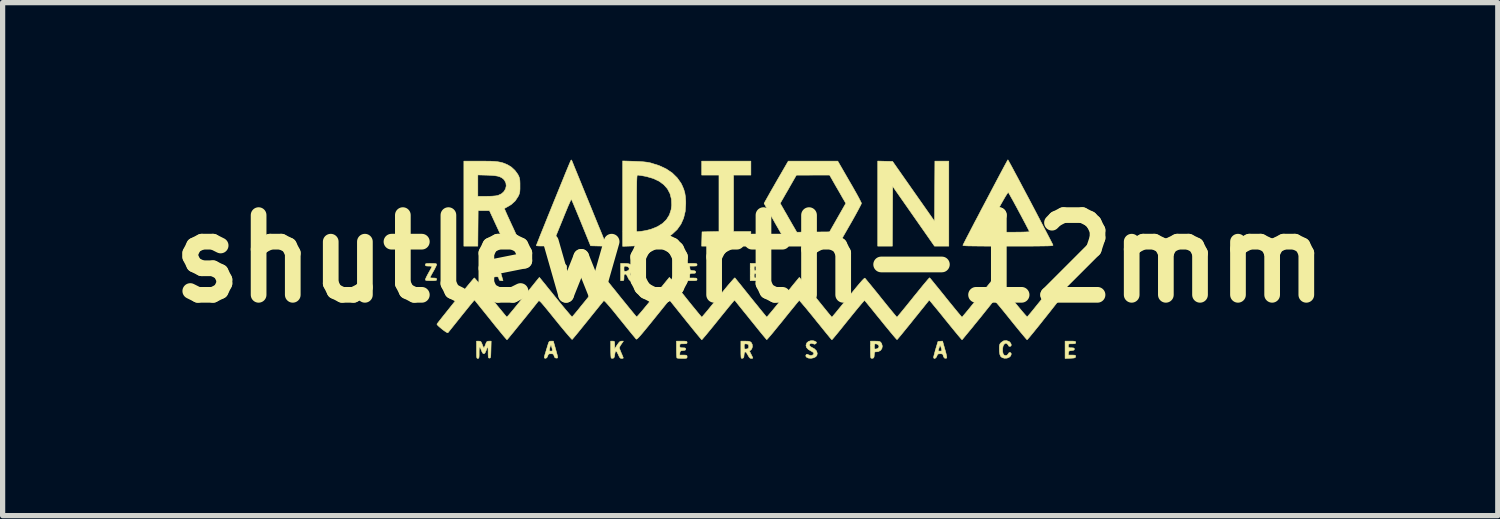
<source format=kicad_pcb>
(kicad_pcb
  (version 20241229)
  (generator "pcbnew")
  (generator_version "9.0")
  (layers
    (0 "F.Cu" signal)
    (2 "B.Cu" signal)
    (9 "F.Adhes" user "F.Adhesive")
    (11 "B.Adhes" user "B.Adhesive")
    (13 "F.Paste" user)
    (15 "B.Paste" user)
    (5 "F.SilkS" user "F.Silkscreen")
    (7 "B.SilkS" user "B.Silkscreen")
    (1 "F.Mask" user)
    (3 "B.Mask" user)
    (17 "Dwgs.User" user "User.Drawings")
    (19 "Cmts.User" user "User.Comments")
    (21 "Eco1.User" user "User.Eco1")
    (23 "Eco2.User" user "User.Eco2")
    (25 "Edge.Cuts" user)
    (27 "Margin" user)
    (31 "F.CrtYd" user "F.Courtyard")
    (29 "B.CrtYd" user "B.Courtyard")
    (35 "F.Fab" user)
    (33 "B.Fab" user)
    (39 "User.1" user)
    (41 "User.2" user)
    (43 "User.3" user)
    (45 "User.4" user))
  (footprint "shutleworth-12mm"
    (layer "F.Cu")
    (at 11.292 1.897)
    (property "Reference" "shutleworth-12mm" (at 0 0 0) (layer "F.SilkS") (effects (font (size 1.524 1.524) (thickness 0.3))))
    (attr through_hole)
    (fp_poly (pts (xy 0.013 -1.6) (xy -0.318 -1.6) (xy -0.318 -0.521) (xy 0.013 -0.521) (xy 0.013 -0.241) (xy -0.928 -0.241) (xy -0.921 -0.514) (xy -0.759 -0.518) (xy -0.597 -0.521) (xy -0.597 -1.6) (xy -0.927 -1.6) (xy -0.927 -1.867) (xy 0.013 -1.867) (xy 0.013 -1.6)) (stroke (width 0.01) (type solid)) (fill yes) (layer "F.SilkS"))
    (fp_poly (pts (xy 2.58 -1.864) (xy 2.722 -1.861) (xy 3.123 -1.289) (xy 3.524 -0.718) (xy 3.531 -1.867) (xy 3.797 -1.867) (xy 3.797 -0.241) (xy 3.524 -0.241) (xy 3.124 -0.813) (xy 2.724 -1.385) (xy 2.721 -0.813) (xy 2.718 -0.241) (xy 2.438 -0.241) (xy 2.438 -1.868) (xy 2.58 -1.864)) (stroke (width 0.01) (type solid)) (fill yes) (layer "F.SilkS"))
    (fp_poly (pts (xy -1.067 0.089) (xy -1.037 0.092) (xy -1.021 0.098) (xy -1.016 0.108) (xy -1.016 0.114) (xy -1.019 0.129) (xy -1.032 0.137) (xy -1.061 0.139) (xy -1.087 0.14) (xy -1.157 0.14) (xy -1.153 0.181) (xy -1.149 0.207) (xy -1.137 0.22) (xy -1.109 0.225) (xy -1.095 0.226) (xy -1.06 0.231) (xy -1.045 0.241) (xy -1.041 0.255) (xy -1.045 0.27) (xy -1.062 0.277) (xy -1.096 0.279) (xy -1.099 0.279) (xy -1.134 0.28) (xy -1.15 0.287) (xy -1.155 0.304) (xy -1.156 0.324) (xy -1.156 0.368) (xy -1.086 0.368) (xy -1.045 0.369) (xy -1.024 0.374) (xy -1.017 0.385) (xy -1.016 0.394) (xy -1.018 0.406) (xy -1.028 0.414) (xy -1.05 0.418) (xy -1.091 0.419) (xy -1.118 0.419) (xy -1.219 0.419) (xy -1.219 0.089) (xy -1.118 0.089) (xy -1.067 0.089)) (stroke (width 0.01) (type solid)) (fill yes) (layer "F.SilkS"))
    (fp_poly (pts (xy 1.21 1.568) (xy 1.232 1.575) (xy 1.262 1.591) (xy 1.268 1.606) (xy 1.253 1.624) (xy 1.252 1.625) (xy 1.23 1.634) (xy 1.207 1.626) (xy 1.175 1.618) (xy 1.155 1.619) (xy 1.134 1.635) (xy 1.133 1.657) (xy 1.151 1.679) (xy 1.17 1.69) (xy 1.23 1.723) (xy 1.268 1.763) (xy 1.282 1.807) (xy 1.275 1.847) (xy 1.252 1.874) (xy 1.214 1.893) (xy 1.167 1.903) (xy 1.12 1.9) (xy 1.105 1.896) (xy 1.072 1.878) (xy 1.062 1.856) (xy 1.067 1.841) (xy 1.077 1.827) (xy 1.092 1.826) (xy 1.119 1.838) (xy 1.153 1.85) (xy 1.183 1.846) (xy 1.189 1.843) (xy 1.214 1.824) (xy 1.215 1.802) (xy 1.192 1.78) (xy 1.172 1.769) (xy 1.112 1.734) (xy 1.077 1.696) (xy 1.066 1.655) (xy 1.081 1.612) (xy 1.086 1.604) (xy 1.117 1.579) (xy 1.162 1.566) (xy 1.21 1.568)) (stroke (width 0.01) (type solid)) (fill yes) (layer "F.SilkS"))
    (fp_poly (pts (xy 2.384 1.575) (xy 2.437 1.576) (xy 2.471 1.581) (xy 2.492 1.592) (xy 2.507 1.612) (xy 2.513 1.622) (xy 2.526 1.67) (xy 2.518 1.715) (xy 2.492 1.752) (xy 2.451 1.774) (xy 2.421 1.778) (xy 2.394 1.779) (xy 2.38 1.787) (xy 2.375 1.809) (xy 2.372 1.838) (xy 2.368 1.876) (xy 2.359 1.895) (xy 2.343 1.902) (xy 2.317 1.902) (xy 2.308 1.897) (xy 2.304 1.882) (xy 2.301 1.846) (xy 2.299 1.795) (xy 2.299 1.735) (xy 2.299 1.731) (xy 2.299 1.676) (xy 2.375 1.676) (xy 2.376 1.709) (xy 2.383 1.724) (xy 2.4 1.726) (xy 2.409 1.725) (xy 2.439 1.714) (xy 2.456 1.699) (xy 2.462 1.67) (xy 2.447 1.644) (xy 2.416 1.629) (xy 2.409 1.628) (xy 2.387 1.627) (xy 2.378 1.637) (xy 2.375 1.664) (xy 2.375 1.676) (xy 2.299 1.676) (xy 2.299 1.575) (xy 2.384 1.575)) (stroke (width 0.01) (type solid)) (fill yes) (layer "F.SilkS"))
    (fp_poly (pts (xy 6.172 1.575) (xy 6.202 1.578) (xy 6.218 1.583) (xy 6.223 1.594) (xy 6.223 1.6) (xy 6.22 1.615) (xy 6.207 1.623) (xy 6.178 1.625) (xy 6.153 1.626) (xy 6.113 1.626) (xy 6.092 1.63) (xy 6.085 1.642) (xy 6.083 1.663) (xy 6.083 1.664) (xy 6.085 1.687) (xy 6.095 1.698) (xy 6.119 1.702) (xy 6.14 1.702) (xy 6.176 1.704) (xy 6.193 1.711) (xy 6.198 1.726) (xy 6.198 1.726) (xy 6.193 1.743) (xy 6.174 1.751) (xy 6.144 1.755) (xy 6.109 1.759) (xy 6.093 1.769) (xy 6.087 1.79) (xy 6.086 1.8) (xy 6.082 1.841) (xy 6.153 1.841) (xy 6.194 1.842) (xy 6.215 1.846) (xy 6.221 1.856) (xy 6.221 1.87) (xy 6.217 1.885) (xy 6.206 1.893) (xy 6.183 1.898) (xy 6.143 1.901) (xy 6.118 1.902) (xy 6.02 1.906) (xy 6.02 1.575) (xy 6.121 1.575) (xy 6.172 1.575)) (stroke (width 0.01) (type solid)) (fill yes) (layer "F.SilkS"))
    (fp_poly (pts (xy -4.847 0.095) (xy -4.835 0.098) (xy -4.824 0.107) (xy -4.814 0.124) (xy -4.803 0.154) (xy -4.789 0.199) (xy -4.771 0.262) (xy -4.752 0.327) (xy -4.726 0.419) (xy -4.762 0.419) (xy -4.788 0.415) (xy -4.801 0.396) (xy -4.805 0.38) (xy -4.812 0.356) (xy -4.825 0.346) (xy -4.852 0.344) (xy -4.867 0.345) (xy -4.902 0.35) (xy -4.92 0.361) (xy -4.928 0.381) (xy -4.943 0.408) (xy -4.968 0.417) (xy -5.001 0.421) (xy -4.958 0.274) (xy -4.898 0.274) (xy -4.896 0.288) (xy -4.872 0.292) (xy -4.87 0.292) (xy -4.849 0.291) (xy -4.84 0.281) (xy -4.841 0.257) (xy -4.844 0.238) (xy -4.853 0.195) (xy -4.863 0.175) (xy -4.873 0.18) (xy -4.882 0.209) (xy -4.882 0.21) (xy -4.89 0.245) (xy -4.897 0.272) (xy -4.898 0.274) (xy -4.958 0.274) (xy -4.953 0.258) (xy -4.905 0.095) (xy -4.863 0.095) (xy -4.847 0.095)) (stroke (width 0.01) (type solid)) (fill yes) (layer "F.SilkS"))
    (fp_poly (pts (xy 4.945 1.58) (xy 4.958 1.588) (xy 4.981 1.615) (xy 4.991 1.644) (xy 4.987 1.666) (xy 4.968 1.676) (xy 4.966 1.676) (xy 4.945 1.671) (xy 4.94 1.665) (xy 4.931 1.646) (xy 4.911 1.625) (xy 4.891 1.613) (xy 4.889 1.613) (xy 4.872 1.621) (xy 4.851 1.638) (xy 4.835 1.669) (xy 4.826 1.716) (xy 4.826 1.77) (xy 4.834 1.813) (xy 4.852 1.84) (xy 4.88 1.851) (xy 4.909 1.845) (xy 4.931 1.822) (xy 4.934 1.815) (xy 4.95 1.794) (xy 4.971 1.791) (xy 4.987 1.805) (xy 4.991 1.822) (xy 4.98 1.857) (xy 4.95 1.884) (xy 4.909 1.9) (xy 4.862 1.902) (xy 4.818 1.89) (xy 4.79 1.868) (xy 4.773 1.83) (xy 4.764 1.774) (xy 4.763 1.726) (xy 4.763 1.677) (xy 4.768 1.646) (xy 4.778 1.623) (xy 4.797 1.602) (xy 4.8 1.599) (xy 4.845 1.569) (xy 4.896 1.563) (xy 4.945 1.58)) (stroke (width 0.01) (type solid)) (fill yes) (layer "F.SilkS"))
    (fp_poly (pts (xy -2.343 0.091) (xy -2.308 0.1) (xy -2.281 0.115) (xy -2.255 0.151) (xy -2.248 0.195) (xy -2.263 0.241) (xy -2.274 0.258) (xy -2.3 0.291) (xy -2.267 0.355) (xy -2.235 0.419) (xy -2.273 0.419) (xy -2.296 0.416) (xy -2.313 0.404) (xy -2.329 0.376) (xy -2.338 0.356) (xy -2.36 0.313) (xy -2.381 0.294) (xy -2.389 0.292) (xy -2.404 0.296) (xy -2.411 0.312) (xy -2.413 0.345) (xy -2.413 0.356) (xy -2.414 0.393) (xy -2.419 0.412) (xy -2.432 0.418) (xy -2.445 0.419) (xy -2.477 0.419) (xy -2.477 0.191) (xy -2.413 0.191) (xy -2.412 0.224) (xy -2.405 0.238) (xy -2.386 0.24) (xy -2.373 0.239) (xy -2.34 0.229) (xy -2.319 0.213) (xy -2.313 0.184) (xy -2.328 0.159) (xy -2.361 0.144) (xy -2.373 0.142) (xy -2.398 0.141) (xy -2.41 0.149) (xy -2.413 0.173) (xy -2.413 0.191) (xy -2.477 0.191) (xy -2.477 0.089) (xy -2.396 0.089) (xy -2.343 0.091)) (stroke (width 0.01) (type solid)) (fill yes) (layer "F.SilkS"))
    (fp_poly (pts (xy 3.723 1.734) (xy 3.742 1.802) (xy 3.753 1.849) (xy 3.758 1.879) (xy 3.757 1.895) (xy 3.751 1.901) (xy 3.721 1.902) (xy 3.7 1.88) (xy 3.691 1.855) (xy 3.684 1.83) (xy 3.669 1.819) (xy 3.638 1.816) (xy 3.634 1.816) (xy 3.6 1.818) (xy 3.582 1.83) (xy 3.57 1.856) (xy 3.569 1.861) (xy 3.553 1.889) (xy 3.534 1.904) (xy 3.516 1.906) (xy 3.506 1.891) (xy 3.506 1.883) (xy 3.51 1.862) (xy 3.52 1.823) (xy 3.534 1.771) (xy 3.536 1.762) (xy 3.594 1.762) (xy 3.605 1.764) (xy 3.631 1.765) (xy 3.655 1.764) (xy 3.663 1.755) (xy 3.659 1.732) (xy 3.655 1.718) (xy 3.643 1.677) (xy 3.633 1.66) (xy 3.624 1.667) (xy 3.613 1.697) (xy 3.611 1.703) (xy 3.601 1.737) (xy 3.595 1.758) (xy 3.594 1.762) (xy 3.536 1.762) (xy 3.548 1.721) (xy 3.59 1.581) (xy 3.634 1.577) (xy 3.678 1.574) (xy 3.723 1.734)) (stroke (width 0.01) (type solid)) (fill yes) (layer "F.SilkS"))
    (fp_poly (pts (xy -2.607 1.576) (xy -2.596 1.583) (xy -2.592 1.603) (xy -2.591 1.641) (xy -2.591 1.648) (xy -2.591 1.721) (xy -2.543 1.648) (xy -2.515 1.608) (xy -2.493 1.585) (xy -2.472 1.576) (xy -2.46 1.575) (xy -2.424 1.575) (xy -2.463 1.631) (xy -2.485 1.665) (xy -2.499 1.692) (xy -2.502 1.702) (xy -2.497 1.72) (xy -2.484 1.754) (xy -2.466 1.798) (xy -2.464 1.803) (xy -2.445 1.846) (xy -2.432 1.879) (xy -2.426 1.897) (xy -2.426 1.898) (xy -2.437 1.903) (xy -2.458 1.905) (xy -2.478 1.902) (xy -2.494 1.888) (xy -2.51 1.859) (xy -2.524 1.828) (xy -2.546 1.785) (xy -2.563 1.766) (xy -2.575 1.772) (xy -2.585 1.803) (xy -2.59 1.838) (xy -2.597 1.877) (xy -2.608 1.896) (xy -2.623 1.902) (xy -2.648 1.902) (xy -2.658 1.897) (xy -2.661 1.882) (xy -2.664 1.846) (xy -2.666 1.795) (xy -2.667 1.735) (xy -2.667 1.731) (xy -2.667 1.575) (xy -2.629 1.575) (xy -2.607 1.576)) (stroke (width 0.01) (type solid)) (fill yes) (layer "F.SilkS"))
    (fp_poly (pts (xy -6.049 0.09) (xy -6.016 0.092) (xy -6 0.098) (xy -5.995 0.107) (xy -5.994 0.11) (xy -6 0.129) (xy -6.017 0.164) (xy -6.04 0.21) (xy -6.058 0.241) (xy -6.085 0.289) (xy -6.106 0.328) (xy -6.119 0.353) (xy -6.121 0.36) (xy -6.11 0.365) (xy -6.081 0.368) (xy -6.058 0.368) (xy -6.02 0.37) (xy -6.001 0.375) (xy -5.995 0.388) (xy -5.994 0.394) (xy -5.996 0.406) (xy -6.006 0.414) (xy -6.027 0.417) (xy -6.066 0.419) (xy -6.102 0.419) (xy -6.156 0.418) (xy -6.188 0.416) (xy -6.205 0.41) (xy -6.21 0.401) (xy -6.21 0.398) (xy -6.204 0.379) (xy -6.188 0.344) (xy -6.164 0.298) (xy -6.147 0.267) (xy -6.12 0.219) (xy -6.099 0.18) (xy -6.086 0.155) (xy -6.083 0.148) (xy -6.095 0.143) (xy -6.124 0.14) (xy -6.147 0.14) (xy -6.185 0.138) (xy -6.204 0.133) (xy -6.21 0.12) (xy -6.21 0.114) (xy -6.208 0.102) (xy -6.199 0.094) (xy -6.177 0.09) (xy -6.138 0.089) (xy -6.102 0.089) (xy -6.049 0.09)) (stroke (width 0.01) (type solid)) (fill yes) (layer "F.SilkS"))
    (fp_poly (pts (xy -3.578 0.092) (xy -3.54 0.106) (xy -3.513 0.131) (xy -3.505 0.159) (xy -3.513 0.184) (xy -3.532 0.19) (xy -3.555 0.178) (xy -3.566 0.165) (xy -3.591 0.145) (xy -3.622 0.141) (xy -3.65 0.154) (xy -3.657 0.164) (xy -3.666 0.196) (xy -3.67 0.242) (xy -3.668 0.29) (xy -3.662 0.33) (xy -3.657 0.344) (xy -3.635 0.364) (xy -3.606 0.367) (xy -3.579 0.353) (xy -3.56 0.328) (xy -3.556 0.307) (xy -3.567 0.295) (xy -3.584 0.29) (xy -3.609 0.278) (xy -3.617 0.264) (xy -3.616 0.25) (xy -3.602 0.244) (xy -3.571 0.241) (xy -3.555 0.241) (xy -3.489 0.241) (xy -3.497 0.308) (xy -3.509 0.364) (xy -3.534 0.398) (xy -3.574 0.416) (xy -3.615 0.419) (xy -3.66 0.414) (xy -3.692 0.397) (xy -3.703 0.388) (xy -3.718 0.37) (xy -3.728 0.349) (xy -3.732 0.319) (xy -3.734 0.272) (xy -3.734 0.254) (xy -3.733 0.201) (xy -3.73 0.167) (xy -3.722 0.144) (xy -3.708 0.126) (xy -3.703 0.12) (xy -3.666 0.097) (xy -3.623 0.088) (xy -3.578 0.092)) (stroke (width 0.01) (type solid)) (fill yes) (layer "F.SilkS"))
    (fp_poly (pts (xy -1.257 1.575) (xy -1.227 1.578) (xy -1.212 1.583) (xy -1.207 1.594) (xy -1.206 1.6) (xy -1.21 1.615) (xy -1.223 1.623) (xy -1.252 1.625) (xy -1.276 1.626) (xy -1.316 1.626) (xy -1.337 1.63) (xy -1.345 1.642) (xy -1.346 1.663) (xy -1.346 1.664) (xy -1.345 1.687) (xy -1.335 1.698) (xy -1.311 1.702) (xy -1.289 1.702) (xy -1.253 1.704) (xy -1.236 1.711) (xy -1.232 1.726) (xy -1.232 1.726) (xy -1.237 1.743) (xy -1.256 1.751) (xy -1.286 1.755) (xy -1.32 1.759) (xy -1.336 1.769) (xy -1.343 1.79) (xy -1.344 1.8) (xy -1.348 1.841) (xy -1.277 1.841) (xy -1.237 1.842) (xy -1.216 1.847) (xy -1.208 1.857) (xy -1.206 1.873) (xy -1.208 1.89) (xy -1.215 1.899) (xy -1.234 1.904) (xy -1.269 1.905) (xy -1.3 1.905) (xy -1.346 1.904) (xy -1.382 1.901) (xy -1.401 1.897) (xy -1.401 1.897) (xy -1.404 1.881) (xy -1.407 1.846) (xy -1.409 1.795) (xy -1.41 1.735) (xy -1.41 1.731) (xy -1.41 1.575) (xy -1.308 1.575) (xy -1.257 1.575)) (stroke (width 0.01) (type solid)) (fill yes) (layer "F.SilkS"))
    (fp_poly (pts (xy -3.721 1.724) (xy -3.702 1.793) (xy -3.689 1.84) (xy -3.682 1.871) (xy -3.681 1.889) (xy -3.686 1.897) (xy -3.695 1.899) (xy -3.708 1.899) (xy -3.731 1.893) (xy -3.745 1.87) (xy -3.749 1.857) (xy -3.759 1.831) (xy -3.774 1.819) (xy -3.805 1.816) (xy -3.81 1.816) (xy -3.843 1.818) (xy -3.86 1.829) (xy -3.87 1.854) (xy -3.871 1.857) (xy -3.887 1.891) (xy -3.909 1.903) (xy -3.932 1.899) (xy -3.937 1.889) (xy -3.933 1.864) (xy -3.925 1.834) (xy -3.916 1.805) (xy -3.902 1.76) (xy -3.897 1.743) (xy -3.839 1.743) (xy -3.838 1.76) (xy -3.826 1.765) (xy -3.81 1.765) (xy -3.789 1.764) (xy -3.781 1.756) (xy -3.783 1.735) (xy -3.789 1.708) (xy -3.798 1.674) (xy -3.807 1.654) (xy -3.81 1.651) (xy -3.818 1.662) (xy -3.827 1.69) (xy -3.831 1.708) (xy -3.839 1.743) (xy -3.897 1.743) (xy -3.886 1.707) (xy -3.88 1.686) (xy -3.864 1.634) (xy -3.853 1.601) (xy -3.842 1.583) (xy -3.829 1.576) (xy -3.81 1.575) (xy -3.805 1.575) (xy -3.763 1.575) (xy -3.721 1.724)) (stroke (width 0.01) (type solid)) (fill yes) (layer "F.SilkS"))
    (fp_poly (pts (xy 0.153 0.093) (xy 0.197 0.107) (xy 0.222 0.132) (xy 0.229 0.163) (xy 0.222 0.2) (xy 0.21 0.224) (xy 0.198 0.246) (xy 0.202 0.26) (xy 0.21 0.267) (xy 0.223 0.29) (xy 0.229 0.326) (xy 0.229 0.331) (xy 0.223 0.371) (xy 0.203 0.397) (xy 0.167 0.413) (xy 0.11 0.419) (xy 0.086 0.419) (xy 0 0.419) (xy 0 0.324) (xy 0.076 0.324) (xy 0.076 0.325) (xy 0.078 0.355) (xy 0.087 0.366) (xy 0.11 0.366) (xy 0.11 0.366) (xy 0.14 0.356) (xy 0.156 0.341) (xy 0.164 0.311) (xy 0.151 0.289) (xy 0.118 0.279) (xy 0.115 0.279) (xy 0.089 0.282) (xy 0.078 0.294) (xy 0.076 0.324) (xy 0 0.324) (xy 0 0.183) (xy 0.076 0.183) (xy 0.076 0.183) (xy 0.079 0.214) (xy 0.089 0.226) (xy 0.106 0.229) (xy 0.137 0.221) (xy 0.153 0.208) (xy 0.162 0.183) (xy 0.15 0.159) (xy 0.12 0.144) (xy 0.11 0.142) (xy 0.087 0.142) (xy 0.078 0.153) (xy 0.076 0.183) (xy 0 0.183) (xy 0 0.089) (xy 0.086 0.089) (xy 0.153 0.093)) (stroke (width 0.01) (type solid)) (fill yes) (layer "F.SilkS"))
    (fp_poly (pts (xy -0.041 1.576) (xy -0.01 1.582) (xy 0.011 1.593) (xy 0.02 1.601) (xy 0.039 1.638) (xy 0.043 1.682) (xy 0.03 1.722) (xy 0.015 1.741) (xy -0.014 1.764) (xy 0.018 1.828) (xy 0.036 1.864) (xy 0.048 1.89) (xy 0.051 1.898) (xy 0.04 1.903) (xy 0.019 1.905) (xy -0.002 1.9) (xy -0.021 1.881) (xy -0.043 1.844) (xy -0.044 1.841) (xy -0.07 1.798) (xy -0.09 1.78) (xy -0.105 1.786) (xy -0.115 1.817) (xy -0.117 1.838) (xy -0.121 1.876) (xy -0.129 1.895) (xy -0.146 1.902) (xy -0.149 1.903) (xy -0.161 1.904) (xy -0.169 1.9) (xy -0.174 1.887) (xy -0.176 1.862) (xy -0.178 1.82) (xy -0.178 1.758) (xy -0.178 1.741) (xy -0.178 1.676) (xy -0.114 1.676) (xy -0.112 1.709) (xy -0.104 1.724) (xy -0.086 1.727) (xy -0.086 1.727) (xy -0.055 1.722) (xy -0.04 1.716) (xy -0.029 1.696) (xy -0.028 1.669) (xy -0.035 1.642) (xy -0.053 1.631) (xy -0.073 1.628) (xy -0.099 1.627) (xy -0.111 1.635) (xy -0.114 1.659) (xy -0.114 1.676) (xy -0.178 1.676) (xy -0.178 1.575) (xy -0.091 1.575) (xy -0.041 1.576)) (stroke (width 0.01) (type solid)) (fill yes) (layer "F.SilkS"))
    (fp_poly (pts (xy -5.163 1.577) (xy -5.147 1.587) (xy -5.134 1.611) (xy -5.123 1.638) (xy -5.109 1.674) (xy -5.097 1.697) (xy -5.091 1.702) (xy -5.083 1.691) (xy -5.069 1.663) (xy -5.06 1.638) (xy -5.045 1.601) (xy -5.031 1.582) (xy -5.013 1.576) (xy -4.995 1.575) (xy -4.952 1.575) (xy -4.956 1.737) (xy -4.958 1.803) (xy -4.96 1.849) (xy -4.963 1.877) (xy -4.968 1.892) (xy -4.976 1.898) (xy -4.985 1.899) (xy -4.997 1.897) (xy -5.005 1.887) (xy -5.008 1.866) (xy -5.01 1.828) (xy -5.01 1.789) (xy -5.011 1.74) (xy -5.013 1.704) (xy -5.017 1.685) (xy -5.019 1.684) (xy -5.027 1.698) (xy -5.04 1.729) (xy -5.048 1.753) (xy -5.068 1.797) (xy -5.087 1.816) (xy -5.108 1.81) (xy -5.128 1.778) (xy -5.137 1.756) (xy -5.155 1.711) (xy -5.167 1.69) (xy -5.175 1.692) (xy -5.18 1.718) (xy -5.182 1.768) (xy -5.182 1.788) (xy -5.182 1.843) (xy -5.184 1.878) (xy -5.188 1.896) (xy -5.196 1.904) (xy -5.207 1.905) (xy -5.217 1.904) (xy -5.224 1.897) (xy -5.229 1.88) (xy -5.231 1.85) (xy -5.232 1.803) (xy -5.232 1.74) (xy -5.232 1.575) (xy -5.189 1.575) (xy -5.163 1.577)) (stroke (width 0.01) (type solid)) (fill yes) (layer "F.SilkS"))
    (fp_poly (pts (xy 1.9 -1.476) (xy 1.953 -1.385) (xy 2.001 -1.3) (xy 2.044 -1.224) (xy 2.079 -1.159) (xy 2.105 -1.108) (xy 2.122 -1.074) (xy 2.127 -1.06) (xy 2.121 -1.044) (xy 2.103 -1.008) (xy 2.076 -0.956) (xy 2.04 -0.889) (xy 1.997 -0.811) (xy 1.949 -0.725) (xy 1.899 -0.638) (xy 1.671 -0.241) (xy 1.201 -0.241) (xy 0.73 -0.242) (xy 0.498 -0.646) (xy 0.446 -0.738) (xy 0.397 -0.824) (xy 0.354 -0.9) (xy 0.318 -0.964) (xy 0.291 -1.013) (xy 0.273 -1.046) (xy 0.267 -1.059) (xy 0.574 -1.059) (xy 0.632 -0.958) (xy 0.659 -0.91) (xy 0.696 -0.847) (xy 0.736 -0.776) (xy 0.777 -0.705) (xy 0.79 -0.682) (xy 0.891 -0.508) (xy 1.204 -0.511) (xy 1.517 -0.514) (xy 1.828 -1.06) (xy 1.806 -1.098) (xy 1.793 -1.121) (xy 1.769 -1.161) (xy 1.738 -1.216) (xy 1.701 -1.281) (xy 1.66 -1.352) (xy 1.65 -1.368) (xy 1.518 -1.6) (xy 0.883 -1.599) (xy 0.762 -1.388) (xy 0.722 -1.317) (xy 0.683 -1.25) (xy 0.649 -1.191) (xy 0.623 -1.145) (xy 0.607 -1.118) (xy 0.574 -1.059) (xy 0.267 -1.059) (xy 0.267 -1.059) (xy 0.267 -1.059) (xy 0.273 -1.072) (xy 0.29 -1.104) (xy 0.318 -1.153) (xy 0.354 -1.217) (xy 0.396 -1.292) (xy 0.445 -1.377) (xy 0.497 -1.468) (xy 0.728 -1.867) (xy 1.674 -1.867) (xy 1.9 -1.476)) (stroke (width 0.01) (type solid)) (fill yes) (layer "F.SilkS"))
    (fp_poly (pts (xy -2.219 -1.863) (xy -2.117 -1.859) (xy -2.035 -1.853) (xy -1.968 -1.845) (xy -1.91 -1.834) (xy -1.896 -1.83) (xy -1.741 -1.781) (xy -1.606 -1.718) (xy -1.491 -1.641) (xy -1.397 -1.549) (xy -1.323 -1.445) (xy -1.303 -1.405) (xy -1.271 -1.331) (xy -1.25 -1.26) (xy -1.238 -1.184) (xy -1.232 -1.096) (xy -1.232 -1.05) (xy -1.242 -0.906) (xy -1.273 -0.777) (xy -1.324 -0.662) (xy -1.396 -0.56) (xy -1.49 -0.472) (xy -1.542 -0.434) (xy -1.646 -0.372) (xy -1.755 -0.324) (xy -1.873 -0.289) (xy -2.004 -0.264) (xy -2.154 -0.249) (xy -2.232 -0.245) (xy -2.438 -0.238) (xy -2.438 -1.059) (xy -2.172 -1.059) (xy -2.172 -0.517) (xy -2.083 -0.525) (xy -2.025 -0.534) (xy -1.958 -0.548) (xy -1.896 -0.565) (xy -1.895 -0.565) (xy -1.775 -0.613) (xy -1.677 -0.674) (xy -1.6 -0.749) (xy -1.545 -0.837) (xy -1.512 -0.938) (xy -1.501 -1.024) (xy -1.506 -1.14) (xy -1.533 -1.245) (xy -1.582 -1.338) (xy -1.652 -1.417) (xy -1.742 -1.483) (xy -1.853 -1.535) (xy -1.984 -1.573) (xy -2.026 -1.581) (xy -2.077 -1.59) (xy -2.121 -1.596) (xy -2.149 -1.6) (xy -2.154 -1.6) (xy -2.159 -1.597) (xy -2.162 -1.584) (xy -2.165 -1.562) (xy -2.167 -1.526) (xy -2.169 -1.476) (xy -2.17 -1.409) (xy -2.171 -1.324) (xy -2.172 -1.217) (xy -2.172 -1.087) (xy -2.172 -1.059) (xy -2.438 -1.059) (xy -2.438 -1.87) (xy -2.219 -1.863)) (stroke (width 0.01) (type solid)) (fill yes) (layer "F.SilkS"))
    (fp_poly (pts (xy -3.412 -1.881) (xy -3.406 -1.867) (xy -3.399 -1.85) (xy -3.383 -1.811) (xy -3.36 -1.753) (xy -3.329 -1.678) (xy -3.292 -1.588) (xy -3.25 -1.485) (xy -3.204 -1.372) (xy -3.154 -1.249) (xy -3.101 -1.12) (xy -3.095 -1.105) (xy -3.041 -0.974) (xy -2.99 -0.848) (xy -2.942 -0.73) (xy -2.898 -0.622) (xy -2.858 -0.526) (xy -2.825 -0.445) (xy -2.799 -0.38) (xy -2.78 -0.333) (xy -2.77 -0.308) (xy -2.77 -0.308) (xy -2.743 -0.241) (xy -2.897 -0.244) (xy -3.051 -0.248) (xy -3.23 -0.688) (xy -3.271 -0.788) (xy -3.309 -0.88) (xy -3.343 -0.962) (xy -3.372 -1.031) (xy -3.395 -1.085) (xy -3.411 -1.121) (xy -3.418 -1.136) (xy -3.418 -1.136) (xy -3.425 -1.128) (xy -3.44 -1.099) (xy -3.46 -1.053) (xy -3.486 -0.995) (xy -3.512 -0.931) (xy -3.548 -0.845) (xy -3.588 -0.745) (xy -3.631 -0.64) (xy -3.672 -0.54) (xy -3.695 -0.483) (xy -3.791 -0.248) (xy -3.94 -0.244) (xy -4 -0.244) (xy -4.048 -0.245) (xy -4.079 -0.248) (xy -4.089 -0.252) (xy -4.085 -0.265) (xy -4.071 -0.3) (xy -4.05 -0.353) (xy -4.023 -0.423) (xy -3.989 -0.507) (xy -3.95 -0.603) (xy -3.908 -0.708) (xy -3.863 -0.82) (xy -3.815 -0.938) (xy -3.767 -1.057) (xy -3.718 -1.177) (xy -3.67 -1.295) (xy -3.624 -1.408) (xy -3.58 -1.515) (xy -3.541 -1.612) (xy -3.506 -1.697) (xy -3.476 -1.769) (xy -3.453 -1.824) (xy -3.437 -1.861) (xy -3.43 -1.877) (xy -3.42 -1.89) (xy -3.412 -1.881)) (stroke (width 0.01) (type solid)) (fill yes) (layer "F.SilkS"))
    (fp_poly (pts (xy -5.053 -1.866) (xy -4.962 -1.865) (xy -4.888 -1.861) (xy -4.828 -1.855) (xy -4.777 -1.846) (xy -4.73 -1.834) (xy -4.685 -1.817) (xy -4.639 -1.797) (xy -4.565 -1.752) (xy -4.497 -1.688) (xy -4.443 -1.615) (xy -4.432 -1.594) (xy -4.417 -1.561) (xy -4.408 -1.529) (xy -4.403 -1.491) (xy -4.401 -1.439) (xy -4.401 -1.397) (xy -4.401 -1.334) (xy -4.404 -1.289) (xy -4.41 -1.255) (xy -4.421 -1.223) (xy -4.436 -1.192) (xy -4.491 -1.108) (xy -4.567 -1.038) (xy -4.635 -0.997) (xy -4.67 -0.978) (xy -4.693 -0.964) (xy -4.699 -0.958) (xy -4.694 -0.945) (xy -4.679 -0.912) (xy -4.657 -0.861) (xy -4.628 -0.797) (xy -4.593 -0.721) (xy -4.554 -0.636) (xy -4.54 -0.607) (xy -4.5 -0.52) (xy -4.464 -0.44) (xy -4.433 -0.371) (xy -4.408 -0.314) (xy -4.39 -0.275) (xy -4.382 -0.254) (xy -4.381 -0.252) (xy -4.393 -0.248) (xy -4.426 -0.245) (xy -4.473 -0.244) (xy -4.528 -0.244) (xy -4.674 -0.248) (xy -4.985 -0.921) (xy -5.201 -0.921) (xy -5.204 -0.581) (xy -5.207 -0.241) (xy -5.474 -0.241) (xy -5.474 -1.194) (xy -5.207 -1.194) (xy -5.044 -1.194) (xy -4.941 -1.196) (xy -4.863 -1.203) (xy -4.817 -1.213) (xy -4.755 -1.242) (xy -4.708 -1.285) (xy -4.677 -1.337) (xy -4.664 -1.393) (xy -4.671 -1.45) (xy -4.698 -1.502) (xy -4.715 -1.522) (xy -4.748 -1.548) (xy -4.786 -1.567) (xy -4.833 -1.581) (xy -4.894 -1.59) (xy -4.974 -1.596) (xy -5.026 -1.598) (xy -5.207 -1.603) (xy -5.207 -1.194) (xy -5.474 -1.194) (xy -5.474 -1.867) (xy -5.165 -1.867) (xy -5.053 -1.866)) (stroke (width 0.01) (type solid)) (fill yes) (layer "F.SilkS"))
    (fp_poly (pts (xy 4.934 -1.881) (xy 4.951 -1.85) (xy 4.978 -1.801) (xy 5.014 -1.735) (xy 5.056 -1.656) (xy 5.105 -1.565) (xy 5.159 -1.464) (xy 5.216 -1.356) (xy 5.276 -1.243) (xy 5.338 -1.127) (xy 5.4 -1.009) (xy 5.461 -0.893) (xy 5.52 -0.78) (xy 5.576 -0.673) (xy 5.628 -0.574) (xy 5.675 -0.484) (xy 5.715 -0.407) (xy 5.748 -0.343) (xy 5.772 -0.296) (xy 5.786 -0.268) (xy 5.789 -0.26) (xy 5.787 -0.256) (xy 5.779 -0.253) (xy 5.764 -0.25) (xy 5.739 -0.248) (xy 5.702 -0.246) (xy 5.653 -0.245) (xy 5.588 -0.244) (xy 5.508 -0.243) (xy 5.409 -0.242) (xy 5.291 -0.242) (xy 5.152 -0.241) (xy 4.989 -0.241) (xy 4.928 -0.241) (xy 4.754 -0.241) (xy 4.604 -0.242) (xy 4.477 -0.242) (xy 4.37 -0.243) (xy 4.282 -0.244) (xy 4.212 -0.245) (xy 4.157 -0.246) (xy 4.117 -0.248) (xy 4.09 -0.251) (xy 4.073 -0.253) (xy 4.067 -0.256) (xy 4.066 -0.258) (xy 4.073 -0.273) (xy 4.09 -0.307) (xy 4.117 -0.36) (xy 4.152 -0.428) (xy 4.195 -0.51) (xy 4.199 -0.518) (xy 4.518 -0.518) (xy 4.531 -0.515) (xy 4.567 -0.513) (xy 4.622 -0.511) (xy 4.693 -0.51) (xy 4.778 -0.509) (xy 4.872 -0.508) (xy 4.928 -0.508) (xy 5.026 -0.508) (xy 5.117 -0.509) (xy 5.196 -0.51) (xy 5.26 -0.512) (xy 5.307 -0.514) (xy 5.333 -0.516) (xy 5.338 -0.518) (xy 5.333 -0.53) (xy 5.318 -0.561) (xy 5.293 -0.608) (xy 5.262 -0.669) (xy 5.225 -0.738) (xy 5.185 -0.814) (xy 5.142 -0.894) (xy 5.1 -0.973) (xy 5.058 -1.05) (xy 5.02 -1.12) (xy 4.986 -1.18) (xy 4.959 -1.228) (xy 4.94 -1.261) (xy 4.936 -1.268) (xy 4.927 -1.263) (xy 4.909 -1.239) (xy 4.88 -1.193) (xy 4.841 -1.126) (xy 4.791 -1.038) (xy 4.731 -0.927) (xy 4.719 -0.906) (xy 4.67 -0.816) (xy 4.626 -0.733) (xy 4.588 -0.66) (xy 4.556 -0.599) (xy 4.533 -0.554) (xy 4.52 -0.526) (xy 4.518 -0.518) (xy 4.199 -0.518) (xy 4.243 -0.603) (xy 4.296 -0.705) (xy 4.354 -0.814) (xy 4.413 -0.928) (xy 4.475 -1.045) (xy 4.537 -1.162) (xy 4.598 -1.278) (xy 4.657 -1.39) (xy 4.713 -1.496) (xy 4.765 -1.594) (xy 4.812 -1.682) (xy 4.852 -1.757) (xy 4.885 -1.818) (xy 4.909 -1.862) (xy 4.923 -1.887) (xy 4.927 -1.892) (xy 4.934 -1.881)) (stroke (width 0.01) (type solid)) (fill yes) (layer "F.SilkS"))
    (fp_poly (pts (xy -2.764 0.383) (xy -2.751 0.4) (xy -2.723 0.434) (xy -2.684 0.482) (xy -2.635 0.543) (xy -2.577 0.614) (xy -2.515 0.692) (xy -2.461 0.759) (xy -2.395 0.84) (xy -2.335 0.914) (xy -2.281 0.98) (xy -2.236 1.035) (xy -2.201 1.077) (xy -2.179 1.103) (xy -2.171 1.111) (xy -2.161 1.103) (xy -2.137 1.077) (xy -2.101 1.036) (xy -2.054 0.981) (xy -1.999 0.914) (xy -1.936 0.838) (xy -1.869 0.755) (xy -1.854 0.737) (xy -1.786 0.652) (xy -1.722 0.574) (xy -1.666 0.504) (xy -1.619 0.446) (xy -1.581 0.4) (xy -1.556 0.369) (xy -1.545 0.356) (xy -1.545 0.356) (xy -1.536 0.365) (xy -1.514 0.392) (xy -1.479 0.435) (xy -1.434 0.491) (xy -1.38 0.559) (xy -1.318 0.636) (xy -1.251 0.719) (xy -1.238 0.736) (xy -1.17 0.821) (xy -1.107 0.899) (xy -1.05 0.968) (xy -1.002 1.027) (xy -0.964 1.073) (xy -0.938 1.103) (xy -0.926 1.117) (xy -0.926 1.117) (xy -0.916 1.108) (xy -0.893 1.08) (xy -0.857 1.038) (xy -0.81 0.982) (xy -0.755 0.914) (xy -0.693 0.838) (xy -0.625 0.754) (xy -0.61 0.735) (xy -0.541 0.651) (xy -0.478 0.574) (xy -0.421 0.505) (xy -0.372 0.448) (xy -0.333 0.404) (xy -0.307 0.375) (xy -0.293 0.364) (xy -0.293 0.364) (xy -0.283 0.376) (xy -0.259 0.406) (xy -0.223 0.45) (xy -0.176 0.508) (xy -0.121 0.577) (xy -0.059 0.654) (xy 0.008 0.738) (xy 0.012 0.743) (xy 0.079 0.826) (xy 0.142 0.903) (xy 0.197 0.972) (xy 0.244 1.029) (xy 0.281 1.074) (xy 0.305 1.103) (xy 0.316 1.114) (xy 0.316 1.115) (xy 0.326 1.106) (xy 0.349 1.079) (xy 0.385 1.037) (xy 0.432 0.981) (xy 0.487 0.914) (xy 0.549 0.838) (xy 0.616 0.754) (xy 0.629 0.738) (xy 0.697 0.653) (xy 0.76 0.575) (xy 0.816 0.505) (xy 0.864 0.447) (xy 0.902 0.401) (xy 0.927 0.37) (xy 0.939 0.357) (xy 0.94 0.357) (xy 0.949 0.366) (xy 0.972 0.394) (xy 1.008 0.437) (xy 1.054 0.493) (xy 1.108 0.56) (xy 1.17 0.637) (xy 1.238 0.721) (xy 1.251 0.737) (xy 1.319 0.822) (xy 1.382 0.9) (xy 1.438 0.969) (xy 1.486 1.028) (xy 1.524 1.074) (xy 1.55 1.104) (xy 1.562 1.117) (xy 1.562 1.117) (xy 1.571 1.108) (xy 1.594 1.08) (xy 1.63 1.038) (xy 1.676 0.981) (xy 1.731 0.914) (xy 1.793 0.837) (xy 1.86 0.754) (xy 1.873 0.738) (xy 1.959 0.632) (xy 2.03 0.545) (xy 2.087 0.477) (xy 2.131 0.426) (xy 2.163 0.392) (xy 2.183 0.374) (xy 2.193 0.37) (xy 2.204 0.383) (xy 2.229 0.413) (xy 2.266 0.458) (xy 2.314 0.516) (xy 2.37 0.585) (xy 2.433 0.662) (xy 2.5 0.746) (xy 2.503 0.75) (xy 2.57 0.833) (xy 2.632 0.91) (xy 2.688 0.978) (xy 2.734 1.034) (xy 2.771 1.078) (xy 2.795 1.106) (xy 2.806 1.117) (xy 2.806 1.117) (xy 2.815 1.108) (xy 2.838 1.08) (xy 2.874 1.037) (xy 2.92 0.981) (xy 2.975 0.914) (xy 3.037 0.837) (xy 3.105 0.753) (xy 3.117 0.737) (xy 3.186 0.653) (xy 3.249 0.575) (xy 3.305 0.506) (xy 3.353 0.449) (xy 3.391 0.404) (xy 3.417 0.375) (xy 3.43 0.363) (xy 3.43 0.363) (xy 3.44 0.374) (xy 3.464 0.402) (xy 3.5 0.446) (xy 3.546 0.503) (xy 3.602 0.571) (xy 3.664 0.648) (xy 3.731 0.731) (xy 3.74 0.743) (xy 3.808 0.827) (xy 3.871 0.904) (xy 3.927 0.973) (xy 3.975 1.031) (xy 4.012 1.075) (xy 4.038 1.105) (xy 4.049 1.117) (xy 4.05 1.117) (xy 4.059 1.107) (xy 4.081 1.08) (xy 4.116 1.039) (xy 4.16 0.986) (xy 4.211 0.923) (xy 4.268 0.853) (xy 4.328 0.779) (xy 4.39 0.704) (xy 4.45 0.629) (xy 4.507 0.558) (xy 4.559 0.493) (xy 4.604 0.437) (xy 4.639 0.392) (xy 4.65 0.379) (xy 4.655 0.373) (xy 4.662 0.37) (xy 4.671 0.373) (xy 4.685 0.384) (xy 4.704 0.403) (xy 4.731 0.433) (xy 4.766 0.475) (xy 4.813 0.531) (xy 4.871 0.602) (xy 4.942 0.691) (xy 4.978 0.735) (xy 5.046 0.82) (xy 5.11 0.897) (xy 5.167 0.966) (xy 5.216 1.024) (xy 5.255 1.069) (xy 5.282 1.098) (xy 5.296 1.111) (xy 5.297 1.111) (xy 5.307 1.099) (xy 5.331 1.071) (xy 5.368 1.027) (xy 5.414 0.971) (xy 5.467 0.905) (xy 5.527 0.831) (xy 5.557 0.794) (xy 5.807 0.484) (xy 5.904 0.563) (xy 5.946 0.597) (xy 5.98 0.627) (xy 6 0.648) (xy 6.005 0.654) (xy 5.998 0.666) (xy 5.976 0.695) (xy 5.943 0.739) (xy 5.9 0.796) (xy 5.848 0.862) (xy 5.79 0.936) (xy 5.728 1.015) (xy 5.663 1.097) (xy 5.598 1.178) (xy 5.535 1.258) (xy 5.475 1.332) (xy 5.42 1.4) (xy 5.373 1.457) (xy 5.335 1.503) (xy 5.308 1.534) (xy 5.294 1.548) (xy 5.293 1.549) (xy 5.284 1.539) (xy 5.26 1.512) (xy 5.224 1.469) (xy 5.177 1.413) (xy 5.122 1.346) (xy 5.059 1.269) (xy 4.992 1.186) (xy 4.977 1.167) (xy 4.899 1.07) (xy 4.835 0.991) (xy 4.784 0.929) (xy 4.744 0.881) (xy 4.714 0.846) (xy 4.692 0.823) (xy 4.676 0.809) (xy 4.665 0.803) (xy 4.657 0.803) (xy 4.652 0.808) (xy 4.649 0.811) (xy 4.621 0.847) (xy 4.582 0.896) (xy 4.535 0.955) (xy 4.481 1.022) (xy 4.423 1.095) (xy 4.362 1.17) (xy 4.301 1.244) (xy 4.243 1.317) (xy 4.188 1.383) (xy 4.139 1.442) (xy 4.099 1.491) (xy 4.07 1.526) (xy 4.053 1.546) (xy 4.05 1.549) (xy 4.04 1.539) (xy 4.017 1.512) (xy 3.981 1.47) (xy 3.934 1.413) (xy 3.879 1.346) (xy 3.817 1.27) (xy 3.749 1.186) (xy 3.734 1.168) (xy 3.666 1.083) (xy 3.603 1.005) (xy 3.546 0.936) (xy 3.498 0.878) (xy 3.461 0.833) (xy 3.435 0.803) (xy 3.423 0.79) (xy 3.423 0.79) (xy 3.414 0.8) (xy 3.392 0.828) (xy 3.356 0.872) (xy 3.311 0.929) (xy 3.256 0.996) (xy 3.195 1.073) (xy 3.127 1.156) (xy 3.118 1.168) (xy 3.05 1.253) (xy 2.987 1.33) (xy 2.931 1.399) (xy 2.883 1.458) (xy 2.845 1.503) (xy 2.82 1.533) (xy 2.808 1.546) (xy 2.808 1.546) (xy 2.798 1.538) (xy 2.774 1.511) (xy 2.738 1.469) (xy 2.692 1.414) (xy 2.637 1.347) (xy 2.574 1.271) (xy 2.507 1.188) (xy 2.497 1.175) (xy 2.428 1.091) (xy 2.365 1.013) (xy 2.309 0.943) (xy 2.261 0.885) (xy 2.224 0.839) (xy 2.198 0.809) (xy 2.186 0.795) (xy 2.186 0.795) (xy 2.177 0.804) (xy 2.153 0.83) (xy 2.117 0.872) (xy 2.071 0.927) (xy 2.016 0.994) (xy 1.954 1.07) (xy 1.887 1.153) (xy 1.873 1.17) (xy 1.805 1.254) (xy 1.742 1.333) (xy 1.686 1.402) (xy 1.638 1.46) (xy 1.6 1.506) (xy 1.574 1.536) (xy 1.562 1.549) (xy 1.562 1.549) (xy 1.553 1.54) (xy 1.529 1.513) (xy 1.494 1.47) (xy 1.448 1.414) (xy 1.393 1.346) (xy 1.331 1.269) (xy 1.263 1.186) (xy 1.251 1.17) (xy 1.183 1.086) (xy 1.119 1.008) (xy 1.063 0.939) (xy 1.014 0.882) (xy 0.976 0.837) (xy 0.95 0.808) (xy 0.938 0.796) (xy 0.937 0.796) (xy 0.927 0.807) (xy 0.903 0.835) (xy 0.867 0.879) (xy 0.821 0.936) (xy 0.765 1.004) (xy 0.703 1.081) (xy 0.636 1.164) (xy 0.627 1.176) (xy 0.559 1.259) (xy 0.496 1.336) (xy 0.44 1.405) (xy 0.392 1.462) (xy 0.354 1.506) (xy 0.329 1.535) (xy 0.317 1.546) (xy 0.316 1.546) (xy 0.307 1.536) (xy 0.283 1.508) (xy 0.247 1.465) (xy 0.2 1.408) (xy 0.145 1.34) (xy 0.083 1.263) (xy 0.016 1.18) (xy 0.006 1.168) (xy -0.061 1.084) (xy -0.124 1.007) (xy -0.18 0.937) (xy -0.227 0.879) (xy -0.263 0.833) (xy -0.288 0.803) (xy -0.298 0.79) (xy -0.299 0.79) (xy -0.307 0.798) (xy -0.33 0.825) (xy -0.365 0.867) (xy -0.411 0.922) (xy -0.465 0.989) (xy -0.527 1.065) (xy -0.594 1.148) (xy -0.61 1.168) (xy -0.678 1.252) (xy -0.742 1.331) (xy -0.799 1.4) (xy -0.847 1.459) (xy -0.886 1.504) (xy -0.912 1.535) (xy -0.925 1.548) (xy -0.925 1.549) (xy -0.935 1.539) (xy -0.958 1.512) (xy -0.994 1.469) (xy -1.04 1.413) (xy -1.094 1.347) (xy -1.155 1.271) (xy -1.213 1.2) (xy -1.279 1.117) (xy -1.341 1.04) (xy -1.397 0.97) (xy -1.445 0.91) (xy -1.483 0.863) (xy -1.508 0.831) (xy -1.519 0.818) (xy -1.545 0.786) (xy -1.853 1.168) (xy -1.935 1.269) (xy -2.002 1.351) (xy -2.056 1.416) (xy -2.098 1.465) (xy -2.13 1.501) (xy -2.153 1.524) (xy -2.168 1.535) (xy -2.177 1.537) (xy -2.178 1.537) (xy -2.19 1.524) (xy -2.215 1.493) (xy -2.253 1.448) (xy -2.301 1.389) (xy -2.357 1.32) (xy -2.42 1.242) (xy -2.487 1.159) (xy -2.491 1.155) (xy -2.57 1.056) (xy -2.635 0.976) (xy -2.688 0.913) (xy -2.729 0.866) (xy -2.759 0.833) (xy -2.78 0.812) (xy -2.794 0.803) (xy -2.801 0.803) (xy -2.801 0.803) (xy -2.812 0.816) (xy -2.837 0.847) (xy -2.875 0.893) (xy -2.922 0.952) (xy -2.978 1.021) (xy -3.04 1.098) (xy -3.104 1.178) (xy -3.171 1.26) (xy -3.232 1.336) (xy -3.287 1.404) (xy -3.334 1.461) (xy -3.37 1.504) (xy -3.394 1.532) (xy -3.404 1.543) (xy -3.414 1.535) (xy -3.438 1.509) (xy -3.474 1.468) (xy -3.521 1.413) (xy -3.577 1.346) (xy -3.64 1.27) (xy -3.707 1.187) (xy -3.723 1.168) (xy -3.801 1.071) (xy -3.865 0.992) (xy -3.916 0.93) (xy -3.956 0.882) (xy -3.986 0.847) (xy -4.008 0.824) (xy -4.024 0.81) (xy -4.035 0.804) (xy -4.043 0.804) (xy -4.049 0.809) (xy -4.05 0.811) (xy -4.083 0.852) (xy -4.125 0.905) (xy -4.175 0.968) (xy -4.231 1.038) (xy -4.291 1.112) (xy -4.352 1.187) (xy -4.413 1.262) (xy -4.471 1.333) (xy -4.524 1.399) (xy -4.571 1.455) (xy -4.608 1.501) (xy -4.635 1.533) (xy -4.649 1.548) (xy -4.65 1.549) (xy -4.659 1.539) (xy -4.683 1.512) (xy -4.719 1.47) (xy -4.765 1.414) (xy -4.82 1.346) (xy -4.883 1.27) (xy -4.95 1.186) (xy -4.964 1.168) (xy -5.271 0.787) (xy -5.307 0.829) (xy -5.324 0.85) (xy -5.355 0.887) (xy -5.396 0.938) (xy -5.446 1) (xy -5.502 1.069) (xy -5.556 1.137) (xy -5.613 1.208) (xy -5.665 1.273) (xy -5.709 1.328) (xy -5.745 1.373) (xy -5.769 1.402) (xy -5.779 1.415) (xy -5.793 1.412) (xy -5.82 1.397) (xy -5.856 1.372) (xy -5.895 1.342) (xy -5.933 1.31) (xy -5.965 1.282) (xy -5.984 1.26) (xy -5.989 1.25) (xy -5.98 1.237) (xy -5.957 1.207) (xy -5.922 1.162) (xy -5.877 1.105) (xy -5.824 1.039) (xy -5.765 0.965) (xy -5.702 0.886) (xy -5.637 0.805) (xy -5.572 0.725) (xy -5.508 0.646) (xy -5.448 0.573) (xy -5.394 0.507) (xy -5.348 0.451) (xy -5.311 0.407) (xy -5.286 0.378) (xy -5.275 0.366) (xy -5.274 0.366) (xy -5.264 0.375) (xy -5.24 0.402) (xy -5.204 0.444) (xy -5.157 0.5) (xy -5.102 0.567) (xy -5.04 0.643) (xy -4.973 0.726) (xy -4.964 0.737) (xy -4.896 0.821) (xy -4.833 0.899) (xy -4.776 0.968) (xy -4.728 1.026) (xy -4.691 1.071) (xy -4.665 1.101) (xy -4.653 1.113) (xy -4.652 1.113) (xy -4.642 1.104) (xy -4.618 1.078) (xy -4.582 1.035) (xy -4.535 0.979) (xy -4.48 0.912) (xy -4.418 0.836) (xy -4.351 0.752) (xy -4.337 0.736) (xy -4.27 0.651) (xy -4.207 0.573) (xy -4.151 0.504) (xy -4.104 0.445) (xy -4.067 0.4) (xy -4.042 0.369) (xy -4.031 0.356) (xy -4.031 0.356) (xy -4.022 0.365) (xy -4 0.392) (xy -3.965 0.435) (xy -3.919 0.491) (xy -3.865 0.559) (xy -3.803 0.635) (xy -3.736 0.719) (xy -3.721 0.737) (xy -3.653 0.821) (xy -3.589 0.899) (xy -3.532 0.968) (xy -3.483 1.025) (xy -3.445 1.07) (xy -3.418 1.099) (xy -3.405 1.111) (xy -3.404 1.111) (xy -3.394 1.1) (xy -3.37 1.072) (xy -3.333 1.028) (xy -3.286 0.971) (xy -3.231 0.902) (xy -3.168 0.825) (xy -3.101 0.742) (xy -3.091 0.729) (xy -2.788 0.354) (xy -2.764 0.383)) (stroke (width 0.01) (type solid)) (fill yes) (layer "F.SilkS")))
  (gr_rect
    (start -3 -3)
    (end 25.584 6.808)
    (stroke (width 0.1) (type default))
    (fill no)
    (layer "Edge.Cuts")))
</source>
